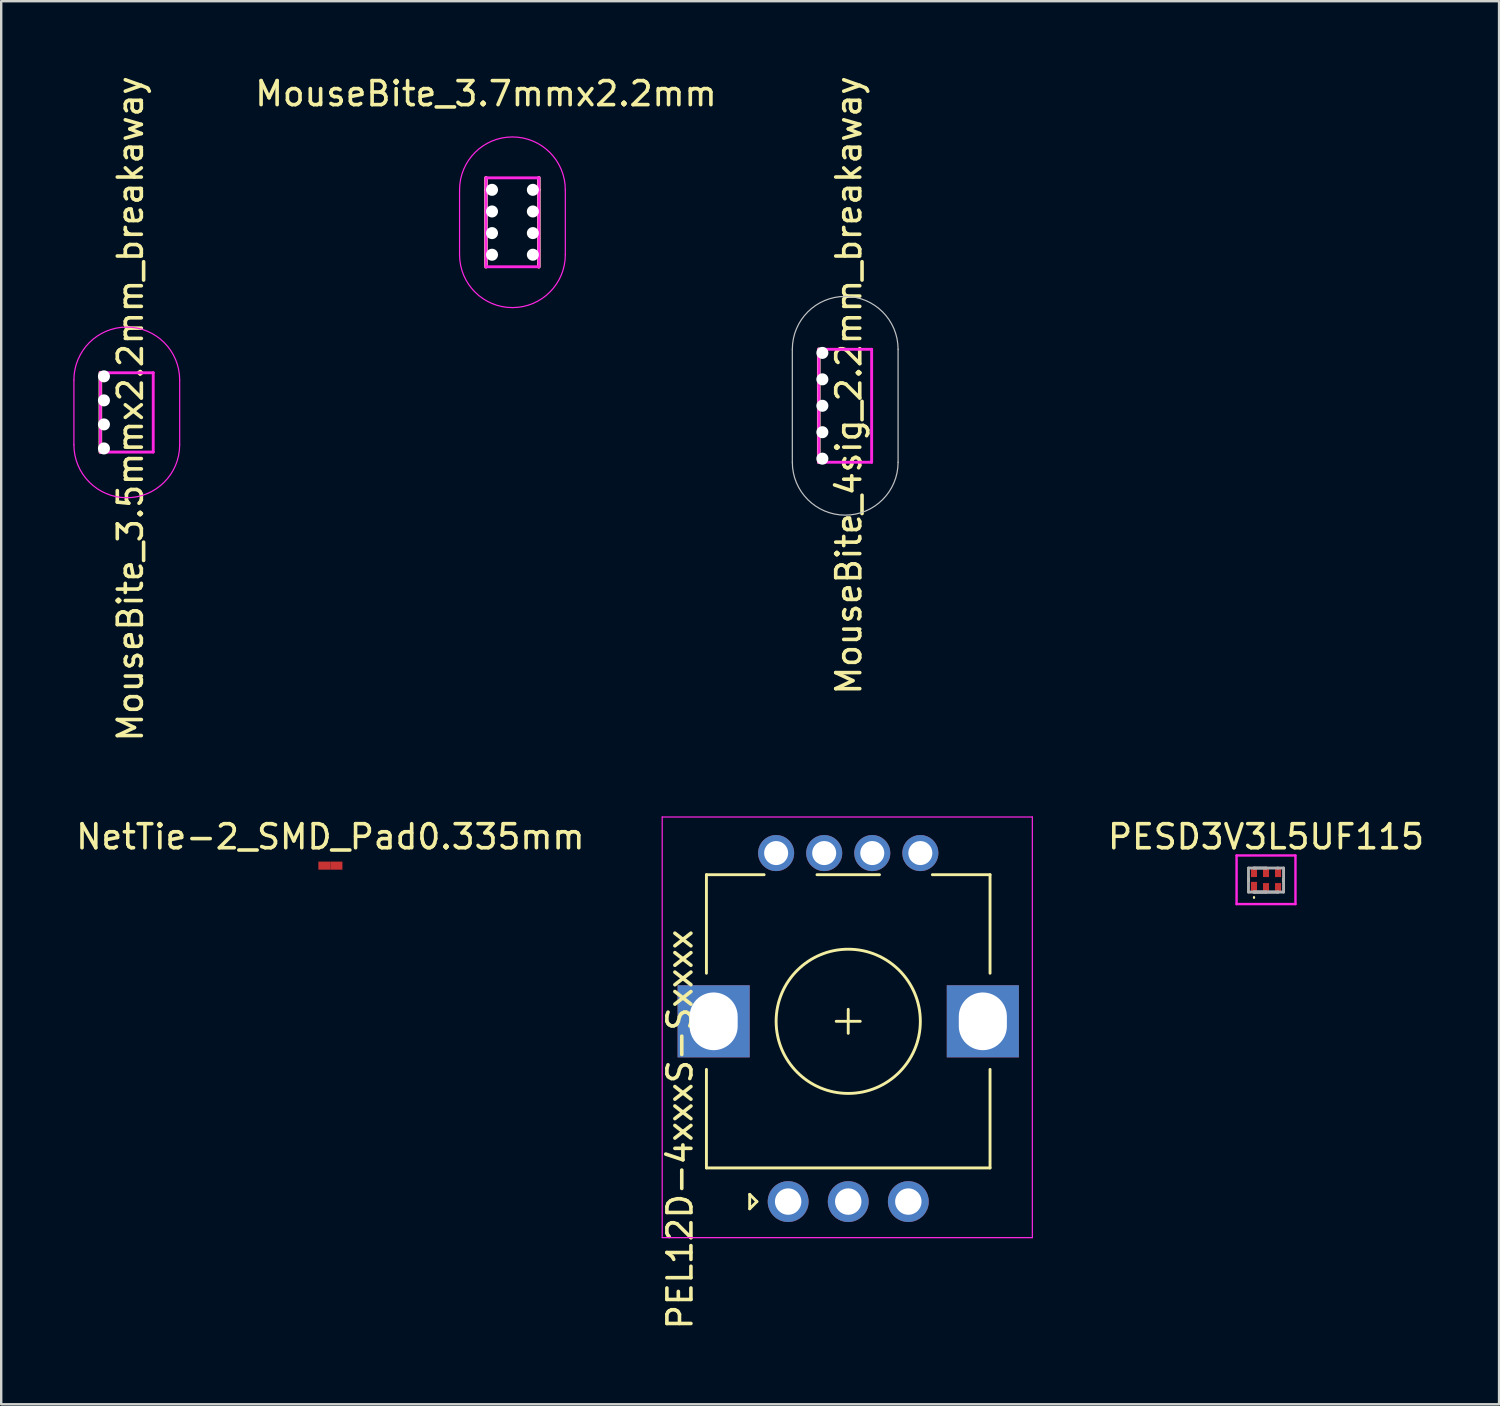
<source format=kicad_pcb>
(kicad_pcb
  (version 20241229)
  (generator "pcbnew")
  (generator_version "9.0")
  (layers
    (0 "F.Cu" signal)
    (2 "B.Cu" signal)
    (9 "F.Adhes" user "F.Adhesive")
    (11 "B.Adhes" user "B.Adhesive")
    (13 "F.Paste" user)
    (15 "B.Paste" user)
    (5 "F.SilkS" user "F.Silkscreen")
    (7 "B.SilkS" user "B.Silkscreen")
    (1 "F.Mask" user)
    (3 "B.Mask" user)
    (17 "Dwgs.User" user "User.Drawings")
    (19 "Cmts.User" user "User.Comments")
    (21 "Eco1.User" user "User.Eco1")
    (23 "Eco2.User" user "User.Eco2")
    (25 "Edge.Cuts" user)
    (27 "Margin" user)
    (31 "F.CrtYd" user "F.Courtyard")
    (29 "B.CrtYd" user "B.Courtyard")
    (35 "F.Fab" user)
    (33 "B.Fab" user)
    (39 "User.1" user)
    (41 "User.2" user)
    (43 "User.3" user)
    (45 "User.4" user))
  (footprint "NetTie-2_SMD_Pad0.335mm"
    (layer "F.Cu")
    (at 10.696 32.965)
    (property "Reference" "NetTie-2_SMD_Pad0.335mm" (at 0 -1.2 0) (layer "F.SilkS") (effects (font (size 1 1) (thickness 0.15))))
    (attr exclude_from_pos_files exclude_from_bom allow_missing_courtyard)
    (pad "1" smd rect (at -0.25 0) (size 0.5 0.335) (layers "F.Cu"))
    (pad "2" smd rect (at 0.25 0) (size 0.5 0.335) (layers "F.Cu")))
  (footprint "MouseBite_4sig_2.2mm_breakaway"
    (layer "F.Cu")
    (at 31.015 11.482)
    (property "Reference" "MouseBite_4sig_2.2mm_breakaway" (at 1.25 1.5 90) (layer "F.SilkS") (effects (font (size 1 1) (thickness 0.15))))
    (attr exclude_from_pos_files exclude_from_bom)
    (fp_line (start 0 4.7) (end 0 0) (stroke (width 0.15) (type solid)) (layer "F.SilkS"))
    (fp_line (start -1.1 0) (end -1.1 4.7) (stroke (width 0.05) (type solid)) (layer "Dwgs.User"))
    (fp_line (start 3.3 0) (end 3.3 4.7) (stroke (width 0.05) (type solid)) (layer "Dwgs.User"))
    (fp_arc (start -1.1 0) (mid 1.1 -2.2) (end 3.3 0) (stroke (width 0.05) (type solid)) (layer "Dwgs.User"))
    (fp_arc (start 3.3 4.7) (mid 1.1 6.9) (end -1.1 4.7) (stroke (width 0.05) (type solid)) (layer "Dwgs.User"))
    (fp_line (start 0 0) (end 2.2 0) (stroke (width 0.12) (type solid)) (layer "F.CrtYd"))
    (fp_line (start 0 4.7) (end 0 0) (stroke (width 0.12) (type solid)) (layer "F.CrtYd"))
    (fp_line (start 0 4.7) (end 2.2 4.7) (stroke (width 0.12) (type solid)) (layer "F.CrtYd"))
    (fp_line (start 2.2 4.7) (end 2.2 0) (stroke (width 0.12) (type solid)) (layer "F.CrtYd"))
    (pad "" np_thru_hole circle (at 0.15 0.15) (size 0.5 0.5) (drill 0.5) (layers "*.Cu" "*.Mask"))
    (pad "" np_thru_hole circle (at 0.15 1.25) (size 0.5 0.5) (drill 0.5) (layers "*.Cu" "*.Mask"))
    (pad "" np_thru_hole circle (at 0.15 2.35) (size 0.5 0.5) (drill 0.5) (layers "*.Cu" "*.Mask"))
    (pad "" np_thru_hole circle (at 0.15 3.45) (size 0.5 0.5) (drill 0.5) (layers "*.Cu" "*.Mask"))
    (pad "" np_thru_hole circle (at 0.15 4.55) (size 0.5 0.5) (drill 0.5) (layers "*.Cu" "*.Mask")))
  (footprint "MouseBite_3.7mmx2.2mm"
    (layer "F.Cu")
    (at 17.17 4.348)
    (property "Reference" "MouseBite_3.7mmx2.2mm" (at 0 -3.5 0) (layer "F.SilkS") (effects (font (size 1 1) (thickness 0.15))))
    (attr through_hole)
    (fp_line (start 0 0) (end 0 0.5) (stroke (width 0.15) (type solid)) (layer "F.SilkS"))
    (fp_line (start 0 3.7) (end 0 0.5) (stroke (width 0.15) (type solid)) (layer "F.SilkS"))
    (fp_line (start 2.2 0) (end 2.2 0.5) (stroke (width 0.15) (type solid)) (layer "F.SilkS"))
    (fp_line (start 2.2 3.7) (end 2.2 0.5) (stroke (width 0.15) (type solid)) (layer "F.SilkS"))
    (fp_line (start -1.1 0.5) (end -1.1 3.2) (stroke (width 0.05) (type solid)) (layer "F.CrtYd"))
    (fp_line (start 0 0) (end 2.2 0) (stroke (width 0.12) (type solid)) (layer "F.CrtYd"))
    (fp_line (start 0 3.7) (end 0 0) (stroke (width 0.12) (type solid)) (layer "F.CrtYd"))
    (fp_line (start 2.2 0) (end 2.2 3.7) (stroke (width 0.12) (type solid)) (layer "F.CrtYd"))
    (fp_line (start 2.2 3.7) (end 0 3.7) (stroke (width 0.12) (type solid)) (layer "F.CrtYd"))
    (fp_line (start 3.3 0.5) (end 3.3 3.2) (stroke (width 0.05) (type solid)) (layer "F.CrtYd"))
    (fp_arc (start -1.1 0.5) (mid 1.1 -1.7) (end 3.3 0.5) (stroke (width 0.05) (type solid)) (layer "F.CrtYd"))
    (fp_arc (start 3.3 3.2) (mid 1.1 5.4) (end -1.1 3.2) (stroke (width 0.05) (type solid)) (layer "F.CrtYd"))
    (pad "" np_thru_hole circle (at 0.25 0.5) (size 0.5 0.5) (drill 0.5) (layers "*.Cu" "*.Mask"))
    (pad "" np_thru_hole circle (at 0.25 1.4) (size 0.5 0.5) (drill 0.5) (layers "*.Cu" "*.Mask"))
    (pad "" np_thru_hole circle (at 0.25 2.3) (size 0.5 0.5) (drill 0.5) (layers "*.Cu" "*.Mask"))
    (pad "" np_thru_hole circle (at 0.25 3.2) (size 0.5 0.5) (drill 0.5) (layers "*.Cu" "*.Mask"))
    (pad "" np_thru_hole circle (at 1.95 0.5) (size 0.5 0.5) (drill 0.5) (layers "*.Cu" "*.Mask"))
    (pad "" np_thru_hole circle (at 1.95 1.4) (size 0.5 0.5) (drill 0.5) (layers "*.Cu" "*.Mask"))
    (pad "" np_thru_hole circle (at 1.95 2.3) (size 0.5 0.5) (drill 0.5) (layers "*.Cu" "*.Mask"))
    (pad "" np_thru_hole circle (at 1.95 3.2) (size 0.5 0.5) (drill 0.5) (layers "*.Cu" "*.Mask")))
  (footprint "PESD3V3L5UF115"
    (layer "F.Cu")
    (at 49.623 33.565)
    (property "Reference" "PESD3V3L5UF115" (at 0 -1.8 0) (layer "F.SilkS") (effects (font (size 1 1) (thickness 0.15))))
    (attr smd)
    (fp_line (start -0.725 0) (end -0.725 -0.05) (stroke (width 0.1) (type solid)) (layer "F.SilkS"))
    (fp_line (start -0.725 0.05) (end -0.725 0) (stroke (width 0.1) (type solid)) (layer "F.SilkS"))
    (fp_line (start -0.5 0.7) (end -0.5 0.7) (stroke (width 0.05) (type solid)) (layer "F.SilkS"))
    (fp_line (start -0.5 0.75) (end -0.5 0.75) (stroke (width 0.05) (type solid)) (layer "F.SilkS"))
    (fp_line (start 0.725 0) (end 0.725 -0.05) (stroke (width 0.1) (type solid)) (layer "F.SilkS"))
    (fp_line (start 0.725 0.05) (end 0.725 0) (stroke (width 0.1) (type solid)) (layer "F.SilkS"))
    (fp_arc (start -0.5 0.7) (mid -0.475 0.725) (end -0.5 0.75) (stroke (width 0.05) (type solid)) (layer "F.SilkS"))
    (fp_arc (start -0.5 0.75) (mid -0.525 0.725) (end -0.5 0.7) (stroke (width 0.05) (type solid)) (layer "F.SilkS"))
    (fp_line (start -1.225 -1.022) (end 1.225 -1.022) (stroke (width 0.1) (type solid)) (layer "F.CrtYd"))
    (fp_line (start -1.225 1) (end -1.225 -1.022) (stroke (width 0.1) (type solid)) (layer "F.CrtYd"))
    (fp_line (start 1.225 -1.022) (end 1.225 1) (stroke (width 0.1) (type solid)) (layer "F.CrtYd"))
    (fp_line (start 1.225 1) (end -1.225 1) (stroke (width 0.1) (type solid)) (layer "F.CrtYd"))
    (fp_line (start -0.73 -0.5) (end -0.73 0.5) (stroke (width 0.12) (type solid)) (layer "F.Fab"))
    (fp_line (start -0.73 0.5) (end -0.48 0.5) (stroke (width 0.12) (type solid)) (layer "F.Fab"))
    (fp_line (start -0.5 -0.5) (end 0 -0.5) (stroke (width 0.12) (type solid)) (layer "F.Fab"))
    (fp_line (start -0.5 0.5) (end 0 0.5) (stroke (width 0.12) (type solid)) (layer "F.Fab"))
    (fp_line (start -0.5 0.5) (end 0.5 0.5) (stroke (width 0.12) (type solid)) (layer "F.Fab"))
    (fp_line (start -0.48 -0.5) (end -0.73 -0.5) (stroke (width 0.12) (type solid)) (layer "F.Fab"))
    (fp_line (start 0 -0.5) (end -0.5 -0.5) (stroke (width 0.12) (type solid)) (layer "F.Fab"))
    (fp_line (start 0 -0.5) (end 0.5 -0.5) (stroke (width 0.12) (type solid)) (layer "F.Fab"))
    (fp_line (start 0 0.5) (end -0.5 0.5) (stroke (width 0.12) (type solid)) (layer "F.Fab"))
    (fp_line (start 0.48 0.5) (end 0.73 0.5) (stroke (width 0.12) (type solid)) (layer "F.Fab"))
    (fp_line (start 0.5 0.5) (end 0 0.5) (stroke (width 0.12) (type solid)) (layer "F.Fab"))
    (fp_line (start 0.73 -0.5) (end 0.48 -0.5) (stroke (width 0.12) (type solid)) (layer "F.Fab"))
    (fp_line (start 0.73 0.5) (end 0.73 -0.5) (stroke (width 0.12) (type solid)) (layer "F.Fab"))
    (pad "1" smd rect (at -0.5 0.275 90) (size 0.4 0.25) (layers "F.Cu" "F.Mask" "F.Paste"))
    (pad "2" smd rect (at 0 0.3 90) (size 0.35 0.25) (layers "F.Cu" "F.Mask" "F.Paste"))
    (pad "3" smd rect (at 0.5 0.3 90) (size 0.35 0.25) (layers "F.Cu" "F.Mask" "F.Paste"))
    (pad "4" smd rect (at 0.5 -0.3 90) (size 0.35 0.25) (layers "F.Cu" "F.Mask" "F.Paste"))
    (pad "5" smd rect (at 0 -0.3 90) (size 0.35 0.25) (layers "F.Cu" "F.Mask" "F.Paste"))
    (pad "6" smd rect (at -0.5 -0.3 90) (size 0.35 0.25) (layers "F.Cu" "F.Mask" "F.Paste")))
  (footprint "MouseBite_3.5mmx2.2mm_breakaway"
    (layer "F.Cu")
    (at 1.125 12.458)
    (property "Reference" "MouseBite_3.5mmx2.2mm_breakaway" (at 1.25 1.5 90) (layer "F.SilkS") (effects (font (size 1 1) (thickness 0.15))))
    (attr exclude_from_pos_files exclude_from_bom)
    (fp_line (start 0 3.3) (end 0 0) (stroke (width 0.15) (type solid)) (layer "F.SilkS"))
    (fp_line (start -1.1 0.3) (end -1.1 3) (stroke (width 0.05) (type solid)) (layer "F.CrtYd"))
    (fp_line (start 0 0) (end 2.2 0) (stroke (width 0.12) (type solid)) (layer "F.CrtYd"))
    (fp_line (start 0 3.3) (end 0 0) (stroke (width 0.12) (type solid)) (layer "F.CrtYd"))
    (fp_line (start 2.2 3.3) (end 0 3.3) (stroke (width 0.12) (type solid)) (layer "F.CrtYd"))
    (fp_line (start 2.2 3.3) (end 2.2 0) (stroke (width 0.12) (type solid)) (layer "F.CrtYd"))
    (fp_line (start 3.3 0.3) (end 3.3 3) (stroke (width 0.05) (type solid)) (layer "F.CrtYd"))
    (fp_arc (start -1.1 0.3) (mid 1.1 -1.9) (end 3.3 0.3) (stroke (width 0.05) (type solid)) (layer "F.CrtYd"))
    (fp_arc (start 3.3 3) (mid 1.1 5.2) (end -1.1 3) (stroke (width 0.05) (type solid)) (layer "F.CrtYd"))
    (pad "" np_thru_hole circle (at 0.15 0.15) (size 0.5 0.5) (drill 0.5) (layers "*.Cu" "*.Mask"))
    (pad "" np_thru_hole circle (at 0.15 1.15) (size 0.5 0.5) (drill 0.5) (layers "*.Cu" "*.Mask"))
    (pad "" np_thru_hole circle (at 0.15 2.15) (size 0.5 0.5) (drill 0.5) (layers "*.Cu" "*.Mask"))
    (pad "" np_thru_hole circle (at 0.15 3.15) (size 0.5 0.5) (drill 0.5) (layers "*.Cu" "*.Mask")))
  (footprint "PEL12D-4xxxS-Sxxxx"
    (layer "F.Cu")
    (at 32.241 39.442)
    (property "Reference" "PEL12D-4xxxS-Sxxxx" (at -7 4.5 90) (layer "F.SilkS") (effects (font (size 1 1) (thickness 0.15))))
    (attr through_hole)
    (fp_line (start -5.9 -6.1) (end -3.5 -6.1) (stroke (width 0.12) (type solid)) (layer "F.SilkS"))
    (fp_line (start -5.9 -2) (end -5.9 -6.1) (stroke (width 0.12) (type solid)) (layer "F.SilkS"))
    (fp_line (start -5.9 2) (end -5.9 6.1) (stroke (width 0.12) (type solid)) (layer "F.SilkS"))
    (fp_line (start -5.9 6.1) (end 5.9 6.1) (stroke (width 0.12) (type solid)) (layer "F.SilkS"))
    (fp_line (start -4.1 7.2) (end -3.8 7.5) (stroke (width 0.12) (type solid)) (layer "F.SilkS"))
    (fp_line (start -4.1 7.8) (end -4.1 7.2) (stroke (width 0.12) (type solid)) (layer "F.SilkS"))
    (fp_line (start -3.8 7.5) (end -4.1 7.8) (stroke (width 0.12) (type solid)) (layer "F.SilkS"))
    (fp_line (start -1.3 -6.1) (end 1.3 -6.1) (stroke (width 0.12) (type solid)) (layer "F.SilkS"))
    (fp_line (start -0.5 0) (end 0.5 0) (stroke (width 0.12) (type solid)) (layer "F.SilkS"))
    (fp_line (start 0 0.5) (end 0 -0.5) (stroke (width 0.12) (type solid)) (layer "F.SilkS"))
    (fp_line (start 3.5 -6.1) (end 5.9 -6.1) (stroke (width 0.12) (type solid)) (layer "F.SilkS"))
    (fp_line (start 5.9 -6.1) (end 5.9 -2) (stroke (width 0.12) (type solid)) (layer "F.SilkS"))
    (fp_line (start 5.9 2) (end 5.9 6.1) (stroke (width 0.12) (type solid)) (layer "F.SilkS"))
    (fp_circle (center 0 0) (end 0 -3) (stroke (width 0.12) (type solid)) (fill no) (layer "F.SilkS"))
    (fp_line (start -7.74 9) (end -7.74 -8.5) (stroke (width 0.05) (type solid)) (layer "F.CrtYd"))
    (fp_line (start -7.74 9) (end 7.66 9) (stroke (width 0.05) (type solid)) (layer "F.CrtYd"))
    (fp_line (start 7.66 -8.5) (end -7.74 -8.5) (stroke (width 0.05) (type solid)) (layer "F.CrtYd"))
    (fp_line (start 7.66 -8.5) (end 7.66 9) (stroke (width 0.05) (type solid)) (layer "F.CrtYd"))
    (pad "1" thru_hole circle (at 3 -7) (size 1.5 1.5) (drill 1) (layers "*.Cu" "*.Mask"))
    (pad "2" thru_hole circle (at 1 -7) (size 1.5 1.5) (drill 1) (layers "*.Cu" "*.Mask"))
    (pad "3" thru_hole circle (at -1 -7) (size 1.5 1.5) (drill 1) (layers "*.Cu" "*.Mask"))
    (pad "4" thru_hole circle (at -3 -7) (size 1.5 1.5) (drill 1) (layers "*.Cu" "*.Mask"))
    (pad "A" thru_hole circle (at -2.5 7.5) (size 1.7 1.7) (drill 1.1) (layers "*.Cu" "*.Mask"))
    (pad "B" thru_hole circle (at 2.5 7.5) (size 1.7 1.7) (drill 1.1) (layers "*.Cu" "*.Mask"))
    (pad "C" thru_hole circle (at 0 7.5) (size 1.7 1.7) (drill 1.1) (layers "*.Cu" "*.Mask"))
    (pad "MP" thru_hole rect (at -5.6 0) (size 3 3) (drill oval 2 2.4) (layers "*.Cu" "*.Mask"))
    (pad "MP" thru_hole rect (at 5.6 0) (size 3 3) (drill oval 2 2.4) (layers "*.Cu" "*.Mask")))
  (gr_rect
    (start -3 -3)
    (end 59.319 55.376)
    (stroke (width 0.1) (type default))
    (fill no)
    (layer "Edge.Cuts")))
</source>
